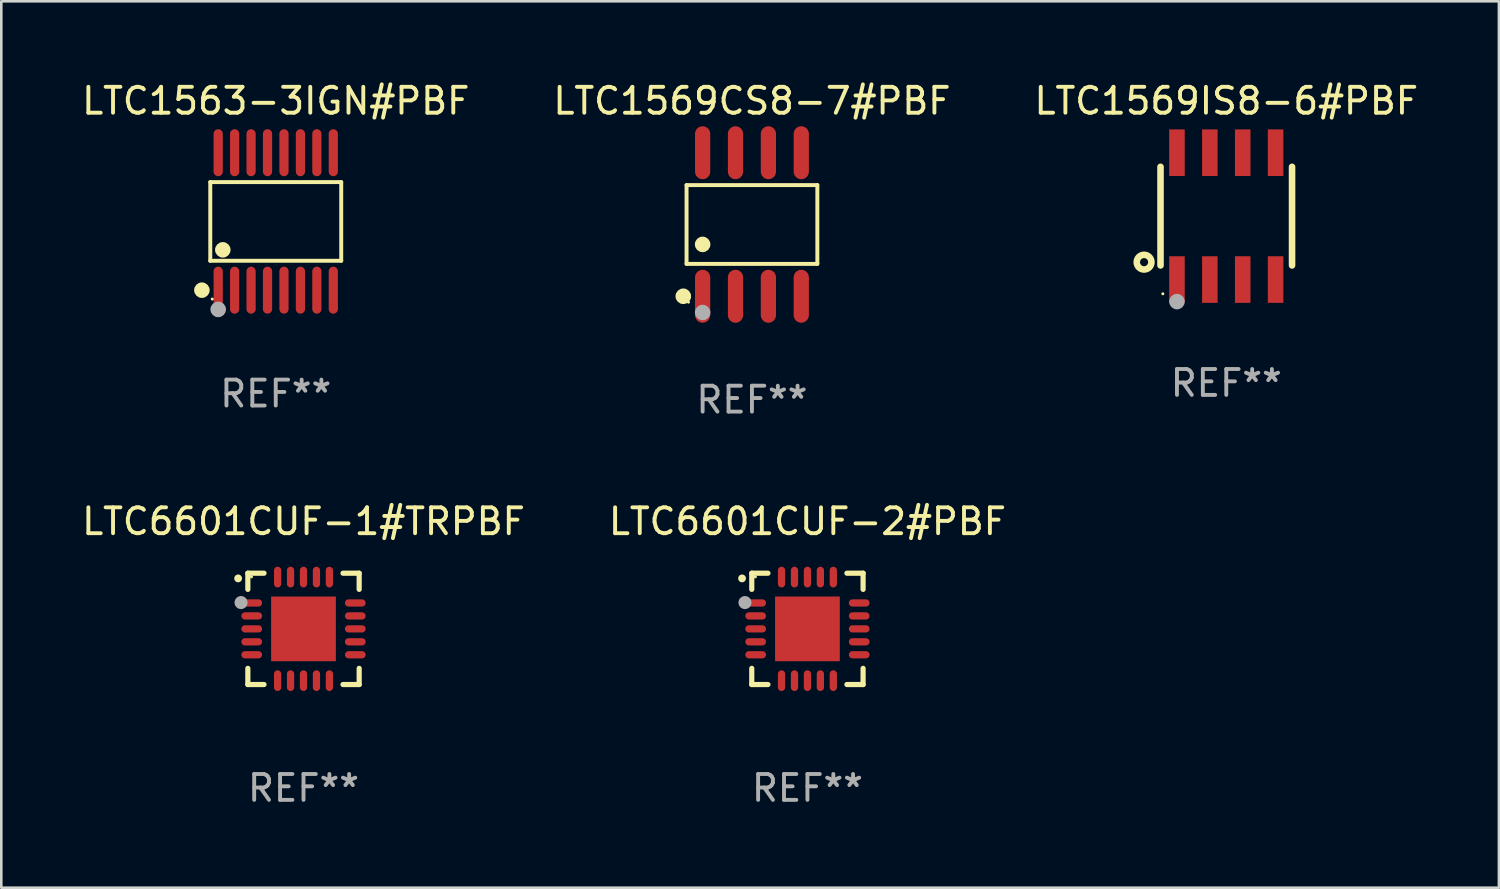
<source format=kicad_pcb>
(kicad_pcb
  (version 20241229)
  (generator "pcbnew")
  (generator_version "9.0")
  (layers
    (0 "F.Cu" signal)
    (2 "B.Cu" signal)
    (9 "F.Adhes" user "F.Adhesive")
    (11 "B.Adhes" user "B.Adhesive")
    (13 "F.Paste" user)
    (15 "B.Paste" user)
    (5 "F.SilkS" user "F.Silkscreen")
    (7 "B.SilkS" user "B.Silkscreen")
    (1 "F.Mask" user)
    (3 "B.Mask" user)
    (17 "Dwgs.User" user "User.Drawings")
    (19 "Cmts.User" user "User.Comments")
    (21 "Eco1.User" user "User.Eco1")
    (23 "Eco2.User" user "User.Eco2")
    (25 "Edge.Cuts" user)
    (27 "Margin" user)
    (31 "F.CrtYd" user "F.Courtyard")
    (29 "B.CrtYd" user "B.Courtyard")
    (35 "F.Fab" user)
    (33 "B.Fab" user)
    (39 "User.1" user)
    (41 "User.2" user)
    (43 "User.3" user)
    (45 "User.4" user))
  (footprint "LTC6601CUF-1#TRPBF"
    (layer "F.Cu")
    (at 8.673 21.24)
    (property "Reference" "LTC6601CUF-1#TRPBF" (at 0 -4.15 0) (layer "F.SilkS") (effects (font (size 1 1) (thickness 0.15))))
    (attr through_hole)
    (fp_line (start -2.15 -2.15) (end -1.525 -2.15) (stroke (width 0.2) (type solid)) (layer "F.SilkS"))
    (fp_line (start -2.15 -1.525) (end -2.15 -2.15) (stroke (width 0.2) (type solid)) (layer "F.SilkS"))
    (fp_line (start -2.15 1.525) (end -2.15 2.15) (stroke (width 0.2) (type solid)) (layer "F.SilkS"))
    (fp_line (start -2.15 2.15) (end -1.525 2.15) (stroke (width 0.2) (type solid)) (layer "F.SilkS"))
    (fp_line (start 1.525 2.15) (end 2.15 2.15) (stroke (width 0.2) (type solid)) (layer "F.SilkS"))
    (fp_line (start 2.15 -2.15) (end 1.525 -2.15) (stroke (width 0.2) (type solid)) (layer "F.SilkS"))
    (fp_line (start 2.15 -1.525) (end 2.15 -2.15) (stroke (width 0.2) (type solid)) (layer "F.SilkS"))
    (fp_line (start 2.15 2.15) (end 2.15 1.525) (stroke (width 0.2) (type solid)) (layer "F.SilkS"))
    (fp_arc (start -2.524765 -1.948184) (mid -2.52477 -1.949454) (end -2.524765 -1.950724) (stroke (width 0.3) (type solid)) (layer "F.SilkS"))
    (fp_circle (center -2.01 -2.009) (end -1.98 -2.009) (stroke (width 0.06) (type solid)) (fill no) (layer "F.SilkS"))
    (fp_circle (center -2.413 -1.016) (end -2.286 -1.016) (stroke (width 0.254) (type solid)) (fill no) (layer "F.Fab"))
    (fp_text user "REF**" (at 0 6.15 0) (layer "F.Fab") (effects (font (size 1 1) (thickness 0.15))))
    (pad "1" smd oval (at -2 -1 90) (size 0.28 0.8) (layers "F.Cu" "F.Mask" "F.Paste"))
    (pad "2" smd oval (at -2 -0.5 90) (size 0.28 0.8) (layers "F.Cu" "F.Mask" "F.Paste"))
    (pad "3" smd oval (at -2 0.000076 90) (size 0.28 0.8) (layers "F.Cu" "F.Mask" "F.Paste"))
    (pad "4" smd oval (at -2 0.5 90) (size 0.28 0.8) (layers "F.Cu" "F.Mask" "F.Paste"))
    (pad "5" smd oval (at -2 1 90) (size 0.28 0.8) (layers "F.Cu" "F.Mask" "F.Paste"))
    (pad "6" smd oval (at -1 2) (size 0.28 0.8) (layers "F.Cu" "F.Mask" "F.Paste"))
    (pad "7" smd oval (at -0.5 2) (size 0.28 0.8) (layers "F.Cu" "F.Mask" "F.Paste"))
    (pad "8" smd oval (at -0.000076 2) (size 0.28 0.8) (layers "F.Cu" "F.Mask" "F.Paste"))
    (pad "9" smd oval (at 0.5 2) (size 0.28 0.8) (layers "F.Cu" "F.Mask" "F.Paste"))
    (pad "10" smd oval (at 1 2) (size 0.28 0.8) (layers "F.Cu" "F.Mask" "F.Paste"))
    (pad "11" smd oval (at 2 1 90) (size 0.28 0.8) (layers "F.Cu" "F.Mask" "F.Paste"))
    (pad "12" smd oval (at 2 0.5 90) (size 0.28 0.8) (layers "F.Cu" "F.Mask" "F.Paste"))
    (pad "13" smd oval (at 2 0.000076 90) (size 0.28 0.8) (layers "F.Cu" "F.Mask" "F.Paste"))
    (pad "14" smd oval (at 2 -0.5 90) (size 0.28 0.8) (layers "F.Cu" "F.Mask" "F.Paste"))
    (pad "15" smd oval (at 2 -1 90) (size 0.28 0.8) (layers "F.Cu" "F.Mask" "F.Paste"))
    (pad "16" smd oval (at 1 -2) (size 0.28 0.8) (layers "F.Cu" "F.Mask" "F.Paste"))
    (pad "17" smd oval (at 0.5 -2) (size 0.28 0.8) (layers "F.Cu" "F.Mask" "F.Paste"))
    (pad "18" smd oval (at -0.000076 -2) (size 0.28 0.8) (layers "F.Cu" "F.Mask" "F.Paste"))
    (pad "19" smd oval (at -0.5 -2) (size 0.28 0.8) (layers "F.Cu" "F.Mask" "F.Paste"))
    (pad "20" smd oval (at -1 -2) (size 0.28 0.8) (layers "F.Cu" "F.Mask" "F.Paste"))
    (pad "21" smd rect (at -0.000076 0.000076) (size 2.5 2.5) (layers "F.Cu" "F.Mask" "F.Paste")))
  (footprint "LTC6601CUF-2#PBF"
    (layer "F.Cu")
    (at 28.137 21.24)
    (property "Reference" "LTC6601CUF-2#PBF" (at 0 -4.15 0) (layer "F.SilkS") (effects (font (size 1 1) (thickness 0.15))))
    (attr through_hole)
    (fp_line (start -2.15 -2.15) (end -1.525 -2.15) (stroke (width 0.2) (type solid)) (layer "F.SilkS"))
    (fp_line (start -2.15 -1.525) (end -2.15 -2.15) (stroke (width 0.2) (type solid)) (layer "F.SilkS"))
    (fp_line (start -2.15 1.525) (end -2.15 2.15) (stroke (width 0.2) (type solid)) (layer "F.SilkS"))
    (fp_line (start -2.15 2.15) (end -1.525 2.15) (stroke (width 0.2) (type solid)) (layer "F.SilkS"))
    (fp_line (start 1.525 2.15) (end 2.15 2.15) (stroke (width 0.2) (type solid)) (layer "F.SilkS"))
    (fp_line (start 2.15 -2.15) (end 1.525 -2.15) (stroke (width 0.2) (type solid)) (layer "F.SilkS"))
    (fp_line (start 2.15 -1.525) (end 2.15 -2.15) (stroke (width 0.2) (type solid)) (layer "F.SilkS"))
    (fp_line (start 2.15 2.15) (end 2.15 1.525) (stroke (width 0.2) (type solid)) (layer "F.SilkS"))
    (fp_arc (start -2.524765 -1.948184) (mid -2.52477 -1.949454) (end -2.524765 -1.950724) (stroke (width 0.3) (type solid)) (layer "F.SilkS"))
    (fp_circle (center -2.01 -2.009) (end -1.98 -2.009) (stroke (width 0.06) (type solid)) (fill no) (layer "F.SilkS"))
    (fp_circle (center -2.413 -1.016) (end -2.286 -1.016) (stroke (width 0.254) (type solid)) (fill no) (layer "F.Fab"))
    (fp_text user "REF**" (at 0 6.15 0) (layer "F.Fab") (effects (font (size 1 1) (thickness 0.15))))
    (pad "1" smd oval (at -2 -1 90) (size 0.28 0.8) (layers "F.Cu" "F.Mask" "F.Paste"))
    (pad "2" smd oval (at -2 -0.5 90) (size 0.28 0.8) (layers "F.Cu" "F.Mask" "F.Paste"))
    (pad "3" smd oval (at -2 0.000076 90) (size 0.28 0.8) (layers "F.Cu" "F.Mask" "F.Paste"))
    (pad "4" smd oval (at -2 0.5 90) (size 0.28 0.8) (layers "F.Cu" "F.Mask" "F.Paste"))
    (pad "5" smd oval (at -2 1 90) (size 0.28 0.8) (layers "F.Cu" "F.Mask" "F.Paste"))
    (pad "6" smd oval (at -1 2) (size 0.28 0.8) (layers "F.Cu" "F.Mask" "F.Paste"))
    (pad "7" smd oval (at -0.5 2) (size 0.28 0.8) (layers "F.Cu" "F.Mask" "F.Paste"))
    (pad "8" smd oval (at -0.000076 2) (size 0.28 0.8) (layers "F.Cu" "F.Mask" "F.Paste"))
    (pad "9" smd oval (at 0.5 2) (size 0.28 0.8) (layers "F.Cu" "F.Mask" "F.Paste"))
    (pad "10" smd oval (at 1 2) (size 0.28 0.8) (layers "F.Cu" "F.Mask" "F.Paste"))
    (pad "11" smd oval (at 2 1 90) (size 0.28 0.8) (layers "F.Cu" "F.Mask" "F.Paste"))
    (pad "12" smd oval (at 2 0.5 90) (size 0.28 0.8) (layers "F.Cu" "F.Mask" "F.Paste"))
    (pad "13" smd oval (at 2 0.000076 90) (size 0.28 0.8) (layers "F.Cu" "F.Mask" "F.Paste"))
    (pad "14" smd oval (at 2 -0.5 90) (size 0.28 0.8) (layers "F.Cu" "F.Mask" "F.Paste"))
    (pad "15" smd oval (at 2 -1 90) (size 0.28 0.8) (layers "F.Cu" "F.Mask" "F.Paste"))
    (pad "16" smd oval (at 1 -2) (size 0.28 0.8) (layers "F.Cu" "F.Mask" "F.Paste"))
    (pad "17" smd oval (at 0.5 -2) (size 0.28 0.8) (layers "F.Cu" "F.Mask" "F.Paste"))
    (pad "18" smd oval (at -0.000076 -2) (size 0.28 0.8) (layers "F.Cu" "F.Mask" "F.Paste"))
    (pad "19" smd oval (at -0.5 -2) (size 0.28 0.8) (layers "F.Cu" "F.Mask" "F.Paste"))
    (pad "20" smd oval (at -1 -2) (size 0.28 0.8) (layers "F.Cu" "F.Mask" "F.Paste"))
    (pad "21" smd rect (at -0.000076 0.000076) (size 2.5 2.5) (layers "F.Cu" "F.Mask" "F.Paste")))
  (footprint "LTC1569IS8-6#PBF"
    (layer "F.Cu")
    (at 44.315 5.298)
    (property "Reference" "LTC1569IS8-6#PBF" (at 0 -4.45 0) (layer "F.SilkS") (effects (font (size 1 1) (thickness 0.15))))
    (attr through_hole)
    (fp_line (start -2.54 -1.905) (end -2.54 1.905) (stroke (width 0.254) (type solid)) (layer "F.SilkS"))
    (fp_line (start 2.54 -1.905) (end 2.54 1.905) (stroke (width 0.254) (type solid)) (layer "F.SilkS"))
    (fp_circle (center -3.175 1.778) (end -2.891 1.778) (stroke (width 0.254) (type solid)) (fill no) (layer "F.SilkS"))
    (fp_circle (center -2.45 3) (end -2.42 3) (stroke (width 0.06) (type solid)) (fill no) (layer "F.SilkS"))
    (fp_circle (center -1.905 3.302) (end -1.755 3.302) (stroke (width 0.3) (type solid)) (fill no) (layer "F.Fab"))
    (fp_text user "REF**" (at 0 6.45 0) (layer "F.Fab") (effects (font (size 1 1) (thickness 0.15))))
    (pad "1" smd rect (at -1.905 2.45) (size 0.6 1.8) (layers "F.Cu" "F.Mask" "F.Paste"))
    (pad "2" smd rect (at -0.635 2.45) (size 0.6 1.8) (layers "F.Cu" "F.Mask" "F.Paste"))
    (pad "3" smd rect (at 0.635 2.45) (size 0.6 1.8) (layers "F.Cu" "F.Mask" "F.Paste"))
    (pad "4" smd rect (at 1.905 2.45) (size 0.6 1.8) (layers "F.Cu" "F.Mask" "F.Paste"))
    (pad "5" smd rect (at 1.905 -2.45 180) (size 0.6 1.8) (layers "F.Cu" "F.Mask" "F.Paste"))
    (pad "6" smd rect (at 0.635 -2.45 180) (size 0.6 1.8) (layers "F.Cu" "F.Mask" "F.Paste"))
    (pad "7" smd rect (at -0.635 -2.45 180) (size 0.6 1.8) (layers "F.Cu" "F.Mask" "F.Paste"))
    (pad "8" smd rect (at -1.905 -2.45 180) (size 0.6 1.8) (layers "F.Cu" "F.Mask" "F.Paste")))
  (footprint "LTC1569CS8-7#PBF"
    (layer "F.Cu")
    (at 25.994 5.621)
    (property "Reference" "LTC1569CS8-7#PBF" (at 0 -4.772 0) (layer "F.SilkS") (effects (font (size 1 1) (thickness 0.15))))
    (attr through_hole)
    (fp_line (start -2.526 -1.521) (end 2.526 -1.521) (stroke (width 0.152) (type solid)) (layer "F.SilkS"))
    (fp_line (start -2.526 1.521) (end -2.526 -1.521) (stroke (width 0.152) (type solid)) (layer "F.SilkS"))
    (fp_line (start 2.526 -1.521) (end 2.526 1.521) (stroke (width 0.152) (type solid)) (layer "F.SilkS"))
    (fp_line (start 2.526 1.521) (end -2.526 1.521) (stroke (width 0.152) (type solid)) (layer "F.SilkS"))
    (fp_circle (center -2.652 2.772) (end -2.501 2.772) (stroke (width 0.3) (type solid)) (fill no) (layer "F.SilkS"))
    (fp_circle (center -2.45 3) (end -2.42 3) (stroke (width 0.06) (type solid)) (fill no) (layer "F.SilkS"))
    (fp_circle (center -1.905 0.769) (end -1.755 0.769) (stroke (width 0.3) (type solid)) (fill no) (layer "F.SilkS"))
    (fp_circle (center -1.905 3.4) (end -1.755 3.4) (stroke (width 0.3) (type solid)) (fill no) (layer "F.Fab"))
    (fp_text user "REF**" (at 0 6.772 0) (layer "F.Fab") (effects (font (size 1 1) (thickness 0.15))))
    (pad "1" smd oval (at -1.905 2.772) (size 0.588 2.045) (layers "F.Cu" "F.Mask" "F.Paste"))
    (pad "2" smd oval (at -0.635 2.772) (size 0.588 2.045) (layers "F.Cu" "F.Mask" "F.Paste"))
    (pad "3" smd oval (at 0.635 2.772) (size 0.588 2.045) (layers "F.Cu" "F.Mask" "F.Paste"))
    (pad "4" smd oval (at 1.905 2.772) (size 0.588 2.045) (layers "F.Cu" "F.Mask" "F.Paste"))
    (pad "5" smd oval (at 1.905 -2.772) (size 0.588 2.045) (layers "F.Cu" "F.Mask" "F.Paste"))
    (pad "6" smd oval (at 0.635 -2.772) (size 0.588 2.045) (layers "F.Cu" "F.Mask" "F.Paste"))
    (pad "7" smd oval (at -0.635 -2.772) (size 0.588 2.045) (layers "F.Cu" "F.Mask" "F.Paste"))
    (pad "8" smd oval (at -1.905 -2.772) (size 0.588 2.045) (layers "F.Cu" "F.Mask" "F.Paste")))
  (footprint "LTC1563-3IGN#PBF"
    (layer "F.Cu")
    (at 7.601 5.503)
    (property "Reference" "LTC1563-3IGN#PBF" (at 0 -4.655 0) (layer "F.SilkS") (effects (font (size 1 1) (thickness 0.15))))
    (attr through_hole)
    (fp_line (start -2.529 -1.519) (end 2.529 -1.519) (stroke (width 0.152) (type solid)) (layer "F.SilkS"))
    (fp_line (start -2.529 1.519) (end -2.529 -1.519) (stroke (width 0.152) (type solid)) (layer "F.SilkS"))
    (fp_line (start 2.529 -1.519) (end 2.529 1.519) (stroke (width 0.152) (type solid)) (layer "F.SilkS"))
    (fp_line (start 2.529 1.519) (end -2.529 1.519) (stroke (width 0.152) (type solid)) (layer "F.SilkS"))
    (fp_circle (center -2.853 2.655) (end -2.703 2.655) (stroke (width 0.3) (type solid)) (fill no) (layer "F.SilkS"))
    (fp_circle (center -2.453 2.998) (end -2.423 2.998) (stroke (width 0.06) (type solid)) (fill no) (layer "F.SilkS"))
    (fp_circle (center -2.045 1.097) (end -1.895 1.097) (stroke (width 0.3) (type solid)) (fill no) (layer "F.SilkS"))
    (fp_circle (center -2.223 3.398) (end -2.072 3.398) (stroke (width 0.3) (type solid)) (fill no) (layer "F.Fab"))
    (fp_text user "REF**" (at 0 6.655 0) (layer "F.Fab") (effects (font (size 1 1) (thickness 0.15))))
    (pad "1" smd oval (at -2.223 2.655) (size 0.356 1.815) (layers "F.Cu" "F.Mask" "F.Paste"))
    (pad "2" smd oval (at -1.588 2.655) (size 0.356 1.815) (layers "F.Cu" "F.Mask" "F.Paste"))
    (pad "3" smd oval (at -0.953 2.655) (size 0.356 1.815) (layers "F.Cu" "F.Mask" "F.Paste"))
    (pad "4" smd oval (at -0.318 2.655) (size 0.356 1.815) (layers "F.Cu" "F.Mask" "F.Paste"))
    (pad "5" smd oval (at 0.318 2.655) (size 0.356 1.815) (layers "F.Cu" "F.Mask" "F.Paste"))
    (pad "6" smd oval (at 0.953 2.655) (size 0.356 1.815) (layers "F.Cu" "F.Mask" "F.Paste"))
    (pad "7" smd oval (at 1.588 2.655) (size 0.356 1.815) (layers "F.Cu" "F.Mask" "F.Paste"))
    (pad "8" smd oval (at 2.223 2.655) (size 0.356 1.815) (layers "F.Cu" "F.Mask" "F.Paste"))
    (pad "9" smd oval (at 2.223 -2.655) (size 0.356 1.815) (layers "F.Cu" "F.Mask" "F.Paste"))
    (pad "10" smd oval (at 1.588 -2.655) (size 0.356 1.815) (layers "F.Cu" "F.Mask" "F.Paste"))
    (pad "11" smd oval (at 0.953 -2.655) (size 0.356 1.815) (layers "F.Cu" "F.Mask" "F.Paste"))
    (pad "12" smd oval (at 0.318 -2.655) (size 0.356 1.815) (layers "F.Cu" "F.Mask" "F.Paste"))
    (pad "13" smd oval (at -0.318 -2.655) (size 0.356 1.815) (layers "F.Cu" "F.Mask" "F.Paste"))
    (pad "14" smd oval (at -0.953 -2.655) (size 0.356 1.815) (layers "F.Cu" "F.Mask" "F.Paste"))
    (pad "15" smd oval (at -1.588 -2.655) (size 0.356 1.815) (layers "F.Cu" "F.Mask" "F.Paste"))
    (pad "16" smd oval (at -2.223 -2.655) (size 0.356 1.815) (layers "F.Cu" "F.Mask" "F.Paste")))
  (gr_rect
    (start -3 -3)
    (end 54.845 31.238)
    (stroke (width 0.1) (type default))
    (fill no)
    (layer "Edge.Cuts")))
</source>
